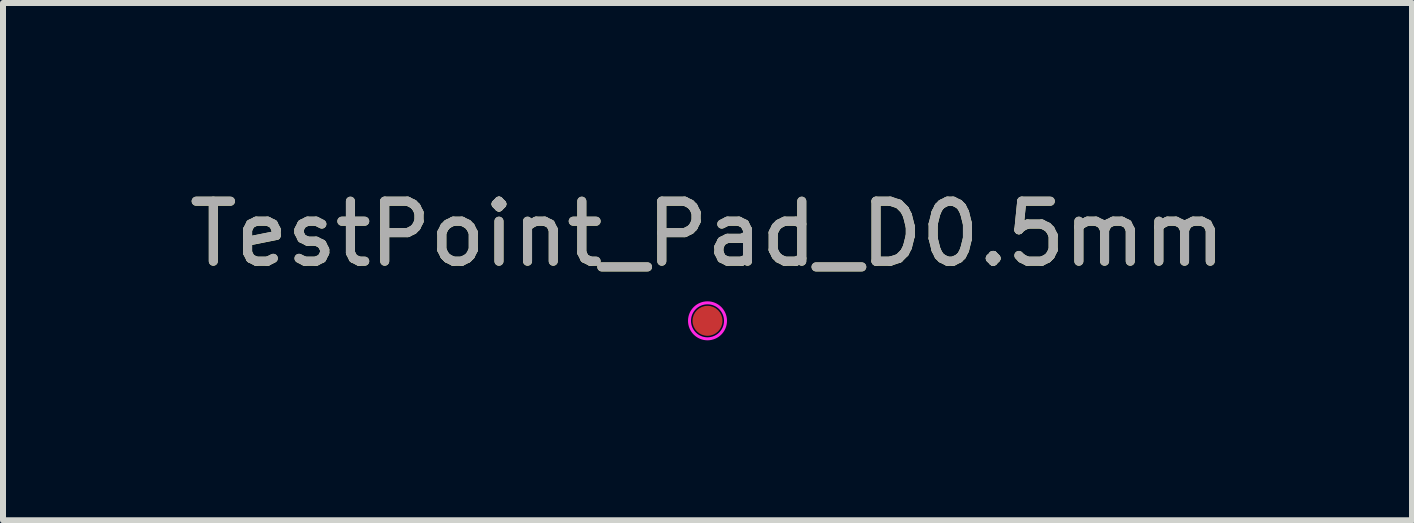
<source format=kicad_pcb>
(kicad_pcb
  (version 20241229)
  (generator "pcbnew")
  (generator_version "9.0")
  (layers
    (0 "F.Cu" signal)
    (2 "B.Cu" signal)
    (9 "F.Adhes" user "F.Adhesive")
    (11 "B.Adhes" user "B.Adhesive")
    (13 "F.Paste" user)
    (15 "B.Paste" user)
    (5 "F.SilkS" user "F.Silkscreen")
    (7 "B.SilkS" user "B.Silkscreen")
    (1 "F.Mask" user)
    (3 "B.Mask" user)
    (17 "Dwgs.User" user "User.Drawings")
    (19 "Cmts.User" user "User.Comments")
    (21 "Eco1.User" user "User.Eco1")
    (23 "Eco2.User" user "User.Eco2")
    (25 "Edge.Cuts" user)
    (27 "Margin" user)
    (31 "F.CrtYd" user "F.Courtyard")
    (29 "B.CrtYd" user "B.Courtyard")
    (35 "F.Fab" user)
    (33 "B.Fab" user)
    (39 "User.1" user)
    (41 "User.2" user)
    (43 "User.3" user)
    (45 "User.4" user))
  (footprint "TestPoint_Pad_D0.5mm"
    (layer "F.Cu")
    (at 8.744 2.298)
    (property "Reference" "TestPoint_Pad_D0.5mm" (at 0 -1.448 0) (layer "F.SilkS") (effects (font (size 1 1) (thickness 0.15))))
    (attr exclude_from_pos_files exclude_from_bom)
    (fp_circle (center 0 0) (end 0.3 0) (stroke (width 0.05) (type solid)) (fill no) (layer "F.CrtYd"))
    (fp_text user "${REFERENCE}" (at 0 -1.45 0) (layer "F.Fab") (effects (font (size 1 1) (thickness 0.15))))
    (pad "1" smd circle (at 0 0) (size 0.5 0.5) (layers "F.Cu" "F.Mask")))
  (gr_rect
    (start -3 -3)
    (end 20.488 5.623)
    (stroke (width 0.1) (type default))
    (fill no)
    (layer "Edge.Cuts")))
</source>
